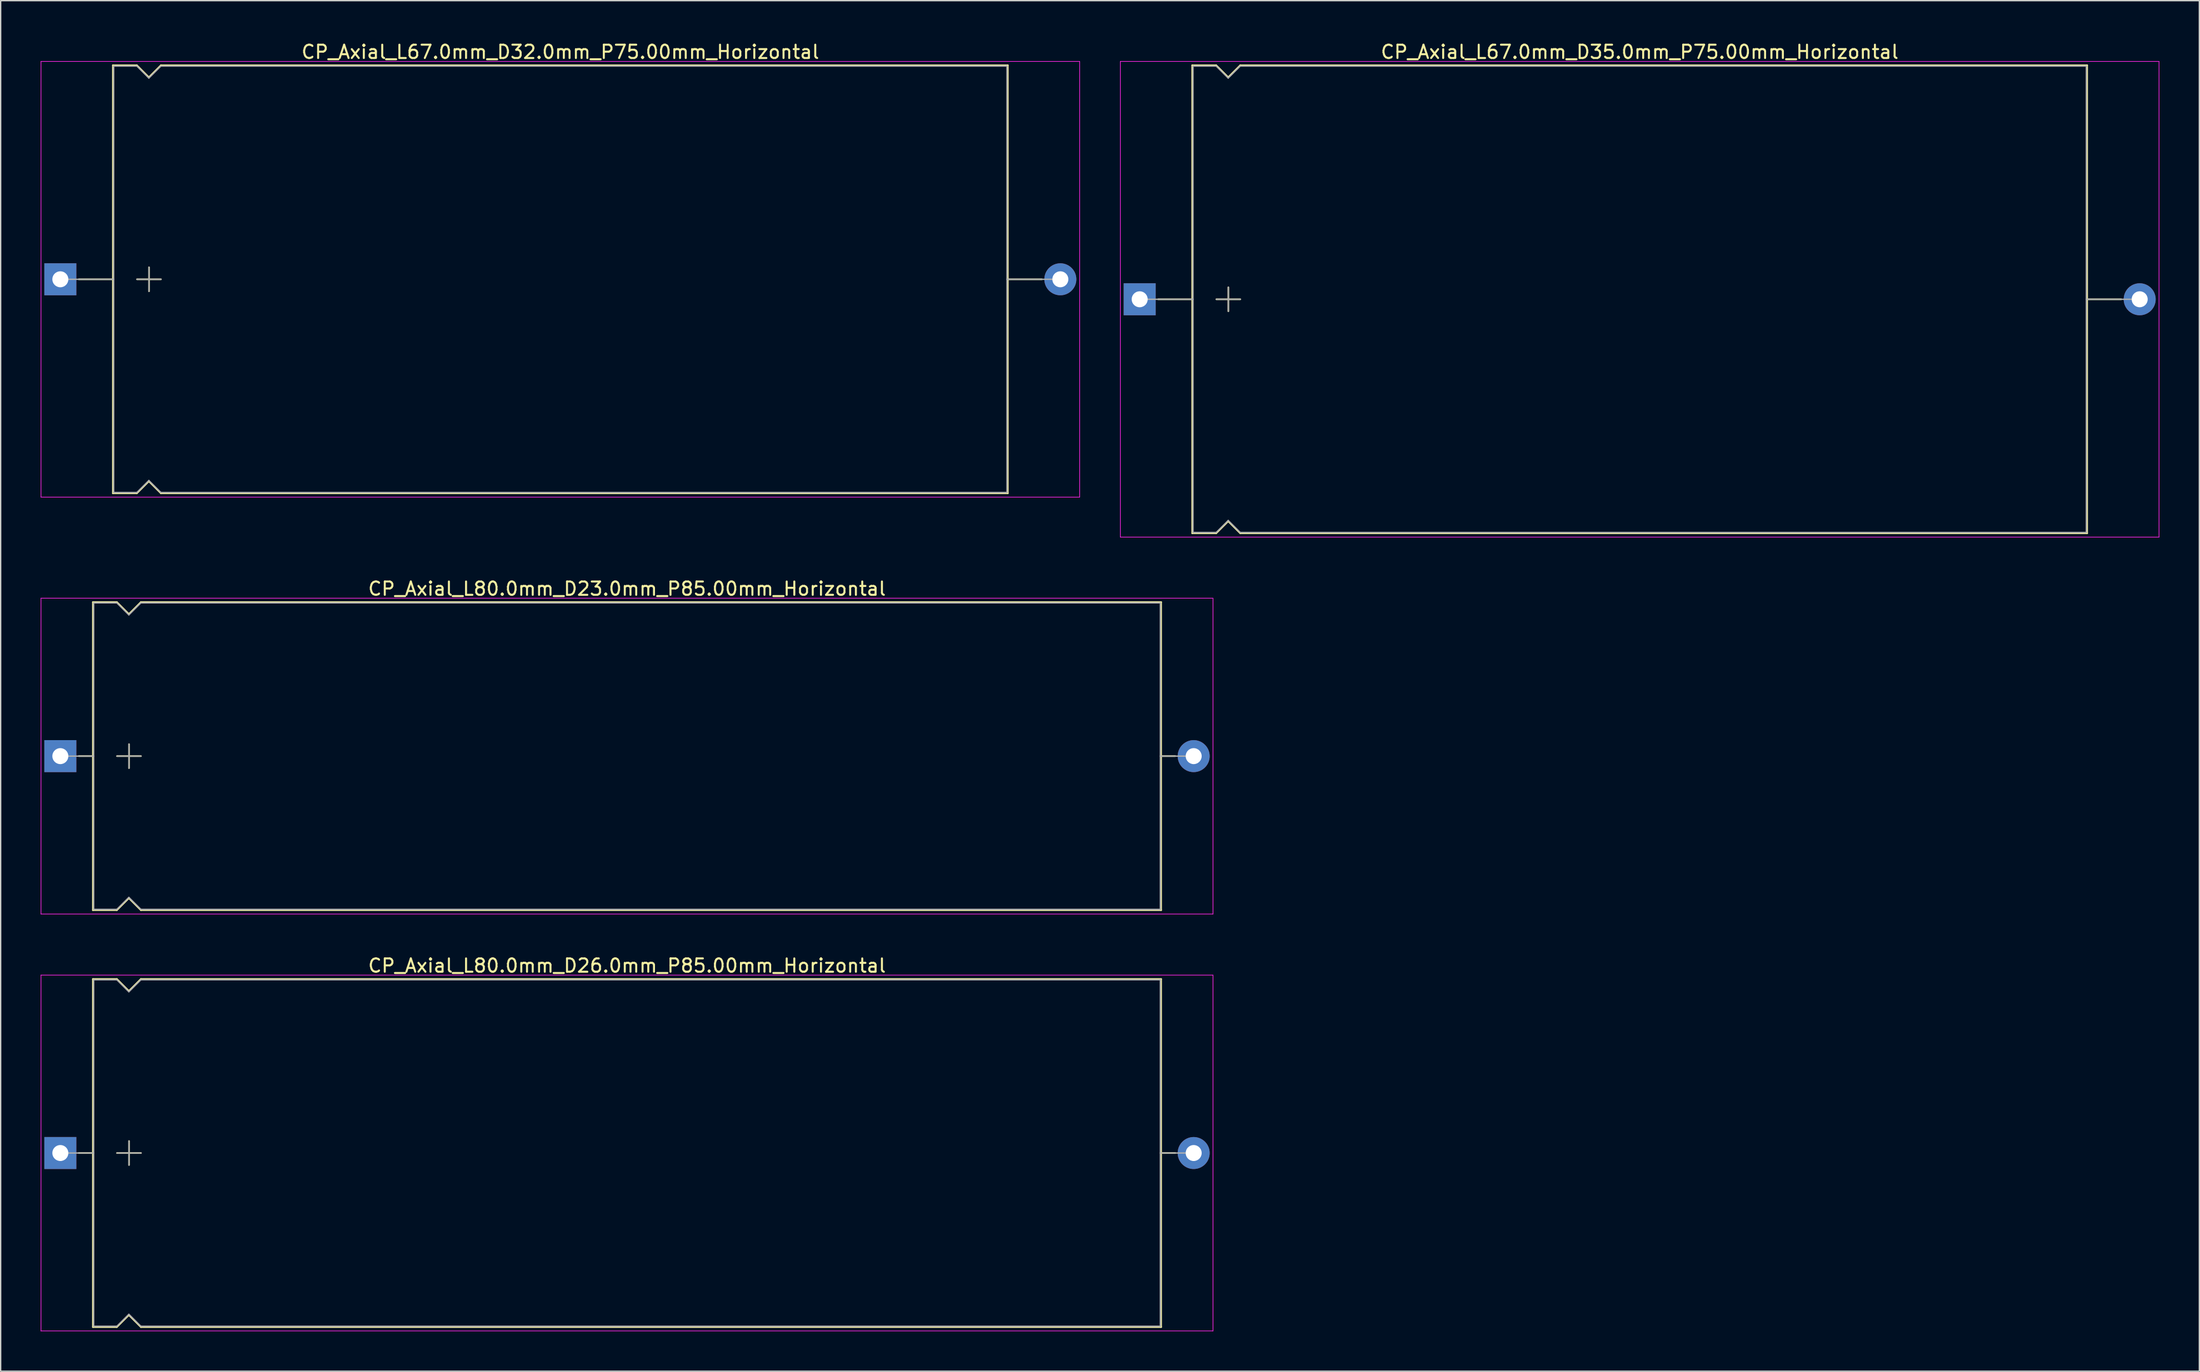
<source format=kicad_pcb>
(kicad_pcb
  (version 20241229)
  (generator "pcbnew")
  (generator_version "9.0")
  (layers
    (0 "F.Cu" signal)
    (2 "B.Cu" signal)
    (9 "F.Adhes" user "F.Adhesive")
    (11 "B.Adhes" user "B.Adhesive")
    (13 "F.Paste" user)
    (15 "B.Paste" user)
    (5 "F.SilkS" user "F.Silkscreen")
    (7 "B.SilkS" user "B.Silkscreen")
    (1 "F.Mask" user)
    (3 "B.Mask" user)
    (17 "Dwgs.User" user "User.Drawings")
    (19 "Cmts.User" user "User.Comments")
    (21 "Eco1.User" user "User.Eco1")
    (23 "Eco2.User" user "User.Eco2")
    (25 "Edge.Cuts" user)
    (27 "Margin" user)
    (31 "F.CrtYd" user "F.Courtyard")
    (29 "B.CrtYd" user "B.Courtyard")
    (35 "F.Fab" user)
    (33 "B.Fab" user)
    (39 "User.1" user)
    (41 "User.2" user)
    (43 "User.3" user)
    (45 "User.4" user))
  (footprint "CP_Axial_L67.0mm_D35.0mm_P75.00mm_Horizontal"
    (layer "F.Cu")
    (at 82.425 19.408)
    (property "Reference" "CP_Axial_L67.0mm_D35.0mm_P75.00mm_Horizontal" (at 37.5 -18.56 0) (layer "F.SilkS") (effects (font (size 1 1) (thickness 0.15))))
    (attr through_hole)
    (fp_line (start 1.38 0) (end 3.94 0) (stroke (width 0.12) (type solid)) (layer "F.SilkS"))
    (fp_line (start 3.94 -17.56) (end 3.94 17.56) (stroke (width 0.12) (type solid)) (layer "F.SilkS"))
    (fp_line (start 3.94 -17.56) (end 5.74 -17.56) (stroke (width 0.12) (type solid)) (layer "F.SilkS"))
    (fp_line (start 3.94 17.56) (end 5.74 17.56) (stroke (width 0.12) (type solid)) (layer "F.SilkS"))
    (fp_line (start 5.74 -17.56) (end 6.64 -16.66) (stroke (width 0.12) (type solid)) (layer "F.SilkS"))
    (fp_line (start 5.74 17.56) (end 6.64 16.66) (stroke (width 0.12) (type solid)) (layer "F.SilkS"))
    (fp_line (start 5.75 0) (end 7.55 0) (stroke (width 0.12) (type solid)) (layer "F.SilkS"))
    (fp_line (start 6.64 -16.66) (end 7.54 -17.56) (stroke (width 0.12) (type solid)) (layer "F.SilkS"))
    (fp_line (start 6.64 16.66) (end 7.54 17.56) (stroke (width 0.12) (type solid)) (layer "F.SilkS"))
    (fp_line (start 6.65 -0.9) (end 6.65 0.9) (stroke (width 0.12) (type solid)) (layer "F.SilkS"))
    (fp_line (start 7.54 -17.56) (end 71.06 -17.56) (stroke (width 0.12) (type solid)) (layer "F.SilkS"))
    (fp_line (start 7.54 17.56) (end 71.06 17.56) (stroke (width 0.12) (type solid)) (layer "F.SilkS"))
    (fp_line (start 71.06 -17.56) (end 71.06 17.56) (stroke (width 0.12) (type solid)) (layer "F.SilkS"))
    (fp_line (start 73.62 0) (end 71.06 0) (stroke (width 0.12) (type solid)) (layer "F.SilkS"))
    (fp_line (start -1.45 -17.85) (end -1.45 17.85) (stroke (width 0.05) (type solid)) (layer "F.CrtYd"))
    (fp_line (start -1.45 17.85) (end 76.45 17.85) (stroke (width 0.05) (type solid)) (layer "F.CrtYd"))
    (fp_line (start 76.45 -17.85) (end -1.45 -17.85) (stroke (width 0.05) (type solid)) (layer "F.CrtYd"))
    (fp_line (start 76.45 17.85) (end 76.45 -17.85) (stroke (width 0.05) (type solid)) (layer "F.CrtYd"))
    (fp_line (start 0 0) (end 4 0) (stroke (width 0.1) (type solid)) (layer "F.Fab"))
    (fp_line (start 4 -17.5) (end 4 17.5) (stroke (width 0.1) (type solid)) (layer "F.Fab"))
    (fp_line (start 4 -17.5) (end 5.74 -17.5) (stroke (width 0.1) (type solid)) (layer "F.Fab"))
    (fp_line (start 4 17.5) (end 5.74 17.5) (stroke (width 0.1) (type solid)) (layer "F.Fab"))
    (fp_line (start 5.74 -17.5) (end 6.64 -16.6) (stroke (width 0.1) (type solid)) (layer "F.Fab"))
    (fp_line (start 5.74 17.5) (end 6.64 16.6) (stroke (width 0.1) (type solid)) (layer "F.Fab"))
    (fp_line (start 5.75 0) (end 7.55 0) (stroke (width 0.1) (type solid)) (layer "F.Fab"))
    (fp_line (start 6.64 -16.6) (end 7.54 -17.5) (stroke (width 0.1) (type solid)) (layer "F.Fab"))
    (fp_line (start 6.64 16.6) (end 7.54 17.5) (stroke (width 0.1) (type solid)) (layer "F.Fab"))
    (fp_line (start 6.65 -0.9) (end 6.65 0.9) (stroke (width 0.1) (type solid)) (layer "F.Fab"))
    (fp_line (start 7.54 -17.5) (end 71 -17.5) (stroke (width 0.1) (type solid)) (layer "F.Fab"))
    (fp_line (start 7.54 17.5) (end 71 17.5) (stroke (width 0.1) (type solid)) (layer "F.Fab"))
    (fp_line (start 71 -17.5) (end 71 17.5) (stroke (width 0.1) (type solid)) (layer "F.Fab"))
    (fp_line (start 75 0) (end 71 0) (stroke (width 0.1) (type solid)) (layer "F.Fab"))
    (pad "1" thru_hole rect (at 0 0) (size 2.4 2.4) (drill 1.2) (layers "*.Cu" "*.Mask"))
    (pad "2" thru_hole oval (at 75 0) (size 2.4 2.4) (drill 1.2) (layers "*.Cu" "*.Mask")))
  (footprint "CP_Axial_L80.0mm_D26.0mm_P85.00mm_Horizontal"
    (layer "F.Cu")
    (at 1.475 83.475)
    (property "Reference" "CP_Axial_L80.0mm_D26.0mm_P85.00mm_Horizontal" (at 42.5 -14.06 0) (layer "F.SilkS") (effects (font (size 1 1) (thickness 0.15))))
    (attr through_hole)
    (fp_line (start 1.38 0) (end 2.44 0) (stroke (width 0.12) (type solid)) (layer "F.SilkS"))
    (fp_line (start 2.44 -13.06) (end 2.44 13.06) (stroke (width 0.12) (type solid)) (layer "F.SilkS"))
    (fp_line (start 2.44 -13.06) (end 4.24 -13.06) (stroke (width 0.12) (type solid)) (layer "F.SilkS"))
    (fp_line (start 2.44 13.06) (end 4.24 13.06) (stroke (width 0.12) (type solid)) (layer "F.SilkS"))
    (fp_line (start 4.24 -13.06) (end 5.14 -12.16) (stroke (width 0.12) (type solid)) (layer "F.SilkS"))
    (fp_line (start 4.24 13.06) (end 5.14 12.16) (stroke (width 0.12) (type solid)) (layer "F.SilkS"))
    (fp_line (start 4.25 0) (end 6.05 0) (stroke (width 0.12) (type solid)) (layer "F.SilkS"))
    (fp_line (start 5.14 -12.16) (end 6.04 -13.06) (stroke (width 0.12) (type solid)) (layer "F.SilkS"))
    (fp_line (start 5.14 12.16) (end 6.04 13.06) (stroke (width 0.12) (type solid)) (layer "F.SilkS"))
    (fp_line (start 5.15 -0.9) (end 5.15 0.9) (stroke (width 0.12) (type solid)) (layer "F.SilkS"))
    (fp_line (start 6.04 -13.06) (end 82.56 -13.06) (stroke (width 0.12) (type solid)) (layer "F.SilkS"))
    (fp_line (start 6.04 13.06) (end 82.56 13.06) (stroke (width 0.12) (type solid)) (layer "F.SilkS"))
    (fp_line (start 82.56 -13.06) (end 82.56 13.06) (stroke (width 0.12) (type solid)) (layer "F.SilkS"))
    (fp_line (start 83.62 0) (end 82.56 0) (stroke (width 0.12) (type solid)) (layer "F.SilkS"))
    (fp_line (start -1.45 -13.35) (end -1.45 13.35) (stroke (width 0.05) (type solid)) (layer "F.CrtYd"))
    (fp_line (start -1.45 13.35) (end 86.45 13.35) (stroke (width 0.05) (type solid)) (layer "F.CrtYd"))
    (fp_line (start 86.45 -13.35) (end -1.45 -13.35) (stroke (width 0.05) (type solid)) (layer "F.CrtYd"))
    (fp_line (start 86.45 13.35) (end 86.45 -13.35) (stroke (width 0.05) (type solid)) (layer "F.CrtYd"))
    (fp_line (start 0 0) (end 2.5 0) (stroke (width 0.1) (type solid)) (layer "F.Fab"))
    (fp_line (start 2.5 -13) (end 2.5 13) (stroke (width 0.1) (type solid)) (layer "F.Fab"))
    (fp_line (start 2.5 -13) (end 4.24 -13) (stroke (width 0.1) (type solid)) (layer "F.Fab"))
    (fp_line (start 2.5 13) (end 4.24 13) (stroke (width 0.1) (type solid)) (layer "F.Fab"))
    (fp_line (start 4.24 -13) (end 5.14 -12.1) (stroke (width 0.1) (type solid)) (layer "F.Fab"))
    (fp_line (start 4.24 13) (end 5.14 12.1) (stroke (width 0.1) (type solid)) (layer "F.Fab"))
    (fp_line (start 4.25 0) (end 6.05 0) (stroke (width 0.1) (type solid)) (layer "F.Fab"))
    (fp_line (start 5.14 -12.1) (end 6.04 -13) (stroke (width 0.1) (type solid)) (layer "F.Fab"))
    (fp_line (start 5.14 12.1) (end 6.04 13) (stroke (width 0.1) (type solid)) (layer "F.Fab"))
    (fp_line (start 5.15 -0.9) (end 5.15 0.9) (stroke (width 0.1) (type solid)) (layer "F.Fab"))
    (fp_line (start 6.04 -13) (end 82.5 -13) (stroke (width 0.1) (type solid)) (layer "F.Fab"))
    (fp_line (start 6.04 13) (end 82.5 13) (stroke (width 0.1) (type solid)) (layer "F.Fab"))
    (fp_line (start 82.5 -13) (end 82.5 13) (stroke (width 0.1) (type solid)) (layer "F.Fab"))
    (fp_line (start 85 0) (end 82.5 0) (stroke (width 0.1) (type solid)) (layer "F.Fab"))
    (pad "1" thru_hole rect (at 0 0) (size 2.4 2.4) (drill 1.2) (layers "*.Cu" "*.Mask"))
    (pad "2" thru_hole oval (at 85 0) (size 2.4 2.4) (drill 1.2) (layers "*.Cu" "*.Mask")))
  (footprint "CP_Axial_L80.0mm_D23.0mm_P85.00mm_Horizontal"
    (layer "F.Cu")
    (at 1.475 53.691)
    (property "Reference" "CP_Axial_L80.0mm_D23.0mm_P85.00mm_Horizontal" (at 42.5 -12.56 0) (layer "F.SilkS") (effects (font (size 1 1) (thickness 0.15))))
    (attr through_hole)
    (fp_line (start 1.38 0) (end 2.44 0) (stroke (width 0.12) (type solid)) (layer "F.SilkS"))
    (fp_line (start 2.44 -11.56) (end 2.44 11.56) (stroke (width 0.12) (type solid)) (layer "F.SilkS"))
    (fp_line (start 2.44 -11.56) (end 4.24 -11.56) (stroke (width 0.12) (type solid)) (layer "F.SilkS"))
    (fp_line (start 2.44 11.56) (end 4.24 11.56) (stroke (width 0.12) (type solid)) (layer "F.SilkS"))
    (fp_line (start 4.24 -11.56) (end 5.14 -10.66) (stroke (width 0.12) (type solid)) (layer "F.SilkS"))
    (fp_line (start 4.24 11.56) (end 5.14 10.66) (stroke (width 0.12) (type solid)) (layer "F.SilkS"))
    (fp_line (start 4.25 0) (end 6.05 0) (stroke (width 0.12) (type solid)) (layer "F.SilkS"))
    (fp_line (start 5.14 -10.66) (end 6.04 -11.56) (stroke (width 0.12) (type solid)) (layer "F.SilkS"))
    (fp_line (start 5.14 10.66) (end 6.04 11.56) (stroke (width 0.12) (type solid)) (layer "F.SilkS"))
    (fp_line (start 5.15 -0.9) (end 5.15 0.9) (stroke (width 0.12) (type solid)) (layer "F.SilkS"))
    (fp_line (start 6.04 -11.56) (end 82.56 -11.56) (stroke (width 0.12) (type solid)) (layer "F.SilkS"))
    (fp_line (start 6.04 11.56) (end 82.56 11.56) (stroke (width 0.12) (type solid)) (layer "F.SilkS"))
    (fp_line (start 82.56 -11.56) (end 82.56 11.56) (stroke (width 0.12) (type solid)) (layer "F.SilkS"))
    (fp_line (start 83.62 0) (end 82.56 0) (stroke (width 0.12) (type solid)) (layer "F.SilkS"))
    (fp_line (start -1.45 -11.85) (end -1.45 11.85) (stroke (width 0.05) (type solid)) (layer "F.CrtYd"))
    (fp_line (start -1.45 11.85) (end 86.45 11.85) (stroke (width 0.05) (type solid)) (layer "F.CrtYd"))
    (fp_line (start 86.45 -11.85) (end -1.45 -11.85) (stroke (width 0.05) (type solid)) (layer "F.CrtYd"))
    (fp_line (start 86.45 11.85) (end 86.45 -11.85) (stroke (width 0.05) (type solid)) (layer "F.CrtYd"))
    (fp_line (start 0 0) (end 2.5 0) (stroke (width 0.1) (type solid)) (layer "F.Fab"))
    (fp_line (start 2.5 -11.5) (end 2.5 11.5) (stroke (width 0.1) (type solid)) (layer "F.Fab"))
    (fp_line (start 2.5 -11.5) (end 4.24 -11.5) (stroke (width 0.1) (type solid)) (layer "F.Fab"))
    (fp_line (start 2.5 11.5) (end 4.24 11.5) (stroke (width 0.1) (type solid)) (layer "F.Fab"))
    (fp_line (start 4.24 -11.5) (end 5.14 -10.6) (stroke (width 0.1) (type solid)) (layer "F.Fab"))
    (fp_line (start 4.24 11.5) (end 5.14 10.6) (stroke (width 0.1) (type solid)) (layer "F.Fab"))
    (fp_line (start 4.25 0) (end 6.05 0) (stroke (width 0.1) (type solid)) (layer "F.Fab"))
    (fp_line (start 5.14 -10.6) (end 6.04 -11.5) (stroke (width 0.1) (type solid)) (layer "F.Fab"))
    (fp_line (start 5.14 10.6) (end 6.04 11.5) (stroke (width 0.1) (type solid)) (layer "F.Fab"))
    (fp_line (start 5.15 -0.9) (end 5.15 0.9) (stroke (width 0.1) (type solid)) (layer "F.Fab"))
    (fp_line (start 6.04 -11.5) (end 82.5 -11.5) (stroke (width 0.1) (type solid)) (layer "F.Fab"))
    (fp_line (start 6.04 11.5) (end 82.5 11.5) (stroke (width 0.1) (type solid)) (layer "F.Fab"))
    (fp_line (start 82.5 -11.5) (end 82.5 11.5) (stroke (width 0.1) (type solid)) (layer "F.Fab"))
    (fp_line (start 85 0) (end 82.5 0) (stroke (width 0.1) (type solid)) (layer "F.Fab"))
    (pad "1" thru_hole rect (at 0 0) (size 2.4 2.4) (drill 1.2) (layers "*.Cu" "*.Mask"))
    (pad "2" thru_hole oval (at 85 0) (size 2.4 2.4) (drill 1.2) (layers "*.Cu" "*.Mask")))
  (footprint "CP_Axial_L67.0mm_D32.0mm_P75.00mm_Horizontal"
    (layer "F.Cu")
    (at 1.475 17.908)
    (property "Reference" "CP_Axial_L67.0mm_D32.0mm_P75.00mm_Horizontal" (at 37.5 -17.06 0) (layer "F.SilkS") (effects (font (size 1 1) (thickness 0.15))))
    (attr through_hole)
    (fp_line (start 1.38 0) (end 3.94 0) (stroke (width 0.12) (type solid)) (layer "F.SilkS"))
    (fp_line (start 3.94 -16.06) (end 3.94 16.06) (stroke (width 0.12) (type solid)) (layer "F.SilkS"))
    (fp_line (start 3.94 -16.06) (end 5.74 -16.06) (stroke (width 0.12) (type solid)) (layer "F.SilkS"))
    (fp_line (start 3.94 16.06) (end 5.74 16.06) (stroke (width 0.12) (type solid)) (layer "F.SilkS"))
    (fp_line (start 5.74 -16.06) (end 6.64 -15.16) (stroke (width 0.12) (type solid)) (layer "F.SilkS"))
    (fp_line (start 5.74 16.06) (end 6.64 15.16) (stroke (width 0.12) (type solid)) (layer "F.SilkS"))
    (fp_line (start 5.75 0) (end 7.55 0) (stroke (width 0.12) (type solid)) (layer "F.SilkS"))
    (fp_line (start 6.64 -15.16) (end 7.54 -16.06) (stroke (width 0.12) (type solid)) (layer "F.SilkS"))
    (fp_line (start 6.64 15.16) (end 7.54 16.06) (stroke (width 0.12) (type solid)) (layer "F.SilkS"))
    (fp_line (start 6.65 -0.9) (end 6.65 0.9) (stroke (width 0.12) (type solid)) (layer "F.SilkS"))
    (fp_line (start 7.54 -16.06) (end 71.06 -16.06) (stroke (width 0.12) (type solid)) (layer "F.SilkS"))
    (fp_line (start 7.54 16.06) (end 71.06 16.06) (stroke (width 0.12) (type solid)) (layer "F.SilkS"))
    (fp_line (start 71.06 -16.06) (end 71.06 16.06) (stroke (width 0.12) (type solid)) (layer "F.SilkS"))
    (fp_line (start 73.62 0) (end 71.06 0) (stroke (width 0.12) (type solid)) (layer "F.SilkS"))
    (fp_line (start -1.45 -16.35) (end -1.45 16.35) (stroke (width 0.05) (type solid)) (layer "F.CrtYd"))
    (fp_line (start -1.45 16.35) (end 76.45 16.35) (stroke (width 0.05) (type solid)) (layer "F.CrtYd"))
    (fp_line (start 76.45 -16.35) (end -1.45 -16.35) (stroke (width 0.05) (type solid)) (layer "F.CrtYd"))
    (fp_line (start 76.45 16.35) (end 76.45 -16.35) (stroke (width 0.05) (type solid)) (layer "F.CrtYd"))
    (fp_line (start 0 0) (end 4 0) (stroke (width 0.1) (type solid)) (layer "F.Fab"))
    (fp_line (start 4 -16) (end 4 16) (stroke (width 0.1) (type solid)) (layer "F.Fab"))
    (fp_line (start 4 -16) (end 5.74 -16) (stroke (width 0.1) (type solid)) (layer "F.Fab"))
    (fp_line (start 4 16) (end 5.74 16) (stroke (width 0.1) (type solid)) (layer "F.Fab"))
    (fp_line (start 5.74 -16) (end 6.64 -15.1) (stroke (width 0.1) (type solid)) (layer "F.Fab"))
    (fp_line (start 5.74 16) (end 6.64 15.1) (stroke (width 0.1) (type solid)) (layer "F.Fab"))
    (fp_line (start 5.75 0) (end 7.55 0) (stroke (width 0.1) (type solid)) (layer "F.Fab"))
    (fp_line (start 6.64 -15.1) (end 7.54 -16) (stroke (width 0.1) (type solid)) (layer "F.Fab"))
    (fp_line (start 6.64 15.1) (end 7.54 16) (stroke (width 0.1) (type solid)) (layer "F.Fab"))
    (fp_line (start 6.65 -0.9) (end 6.65 0.9) (stroke (width 0.1) (type solid)) (layer "F.Fab"))
    (fp_line (start 7.54 -16) (end 71 -16) (stroke (width 0.1) (type solid)) (layer "F.Fab"))
    (fp_line (start 7.54 16) (end 71 16) (stroke (width 0.1) (type solid)) (layer "F.Fab"))
    (fp_line (start 71 -16) (end 71 16) (stroke (width 0.1) (type solid)) (layer "F.Fab"))
    (fp_line (start 75 0) (end 71 0) (stroke (width 0.1) (type solid)) (layer "F.Fab"))
    (pad "1" thru_hole rect (at 0 0) (size 2.4 2.4) (drill 1.2) (layers "*.Cu" "*.Mask"))
    (pad "2" thru_hole oval (at 75 0) (size 2.4 2.4) (drill 1.2) (layers "*.Cu" "*.Mask")))
  (gr_rect
    (start -3 -3)
    (end 161.9 99.85)
    (stroke (width 0.1) (type default))
    (fill no)
    (layer "Edge.Cuts")))
</source>
